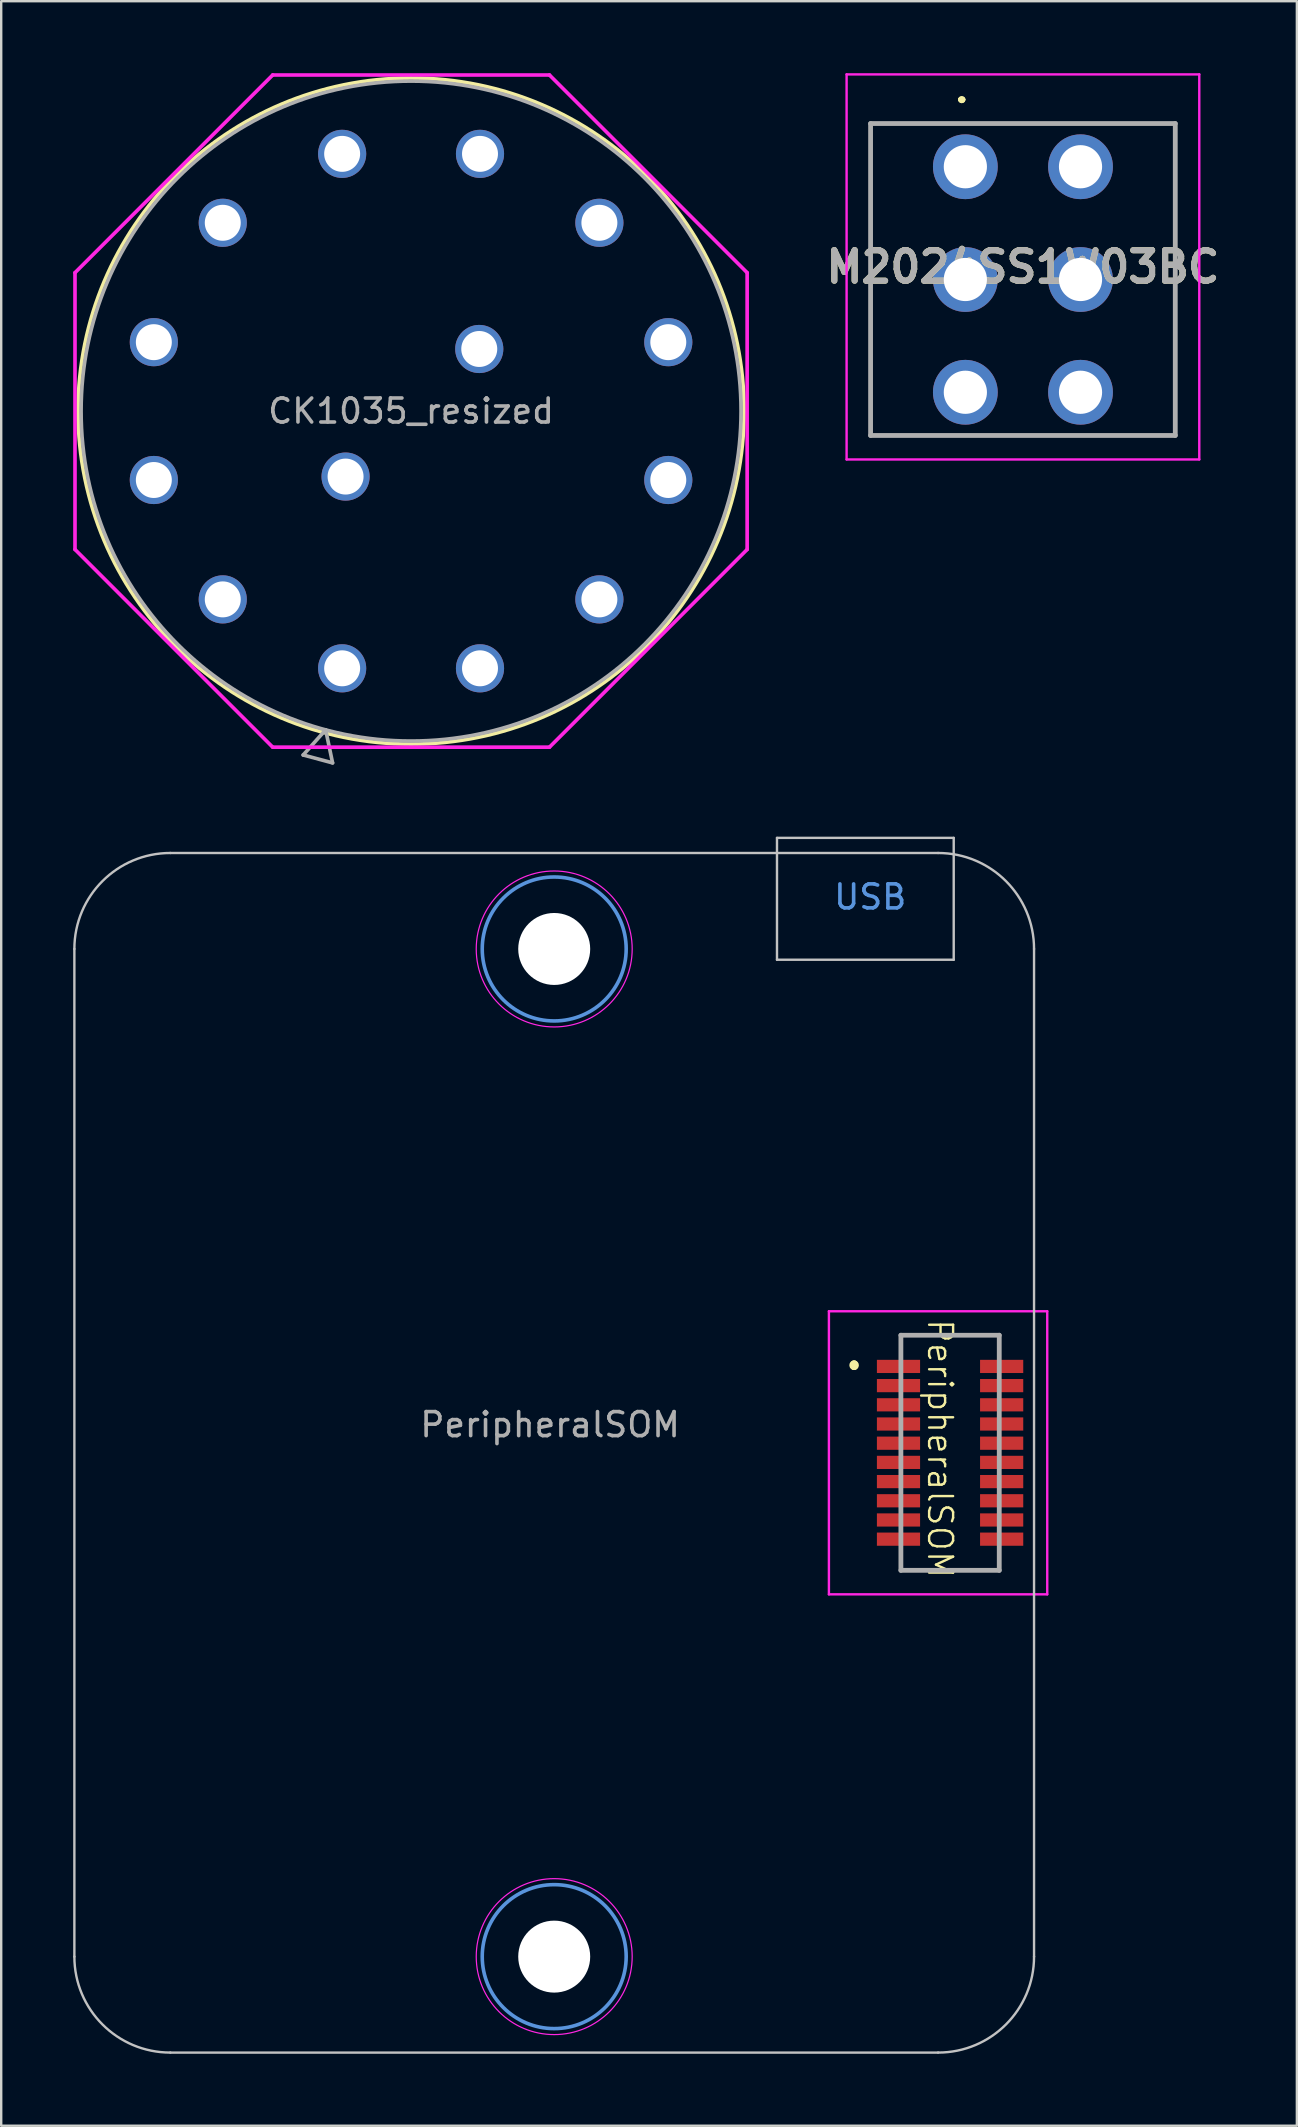
<source format=kicad_pcb>
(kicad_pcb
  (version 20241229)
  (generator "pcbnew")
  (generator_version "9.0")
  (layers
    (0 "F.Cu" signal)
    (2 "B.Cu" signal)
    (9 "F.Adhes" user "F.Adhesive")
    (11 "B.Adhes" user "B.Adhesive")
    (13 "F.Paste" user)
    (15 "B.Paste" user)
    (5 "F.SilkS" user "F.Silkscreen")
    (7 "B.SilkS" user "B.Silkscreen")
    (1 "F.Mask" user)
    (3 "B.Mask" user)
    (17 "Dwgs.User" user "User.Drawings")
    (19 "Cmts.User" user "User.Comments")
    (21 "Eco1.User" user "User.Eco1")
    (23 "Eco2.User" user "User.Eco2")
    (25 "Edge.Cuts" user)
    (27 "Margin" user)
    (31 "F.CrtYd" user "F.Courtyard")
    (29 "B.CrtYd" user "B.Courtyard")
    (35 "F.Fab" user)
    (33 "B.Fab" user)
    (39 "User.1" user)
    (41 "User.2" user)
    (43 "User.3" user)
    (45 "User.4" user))
  (footprint "PeripheralSOM"
    (layer "F.Cu")
    (at 20.05 57.332)
    (property "Reference" "PeripheralSOM" (at 16.084 0 270) (unlocked yes) (layer "F.SilkS") (effects (font (size 1 1) (thickness 0.1))))
    (fp_line (start 12.5 -3.528) (end 12.5 -3.528) (stroke (width 0.3) (type solid)) (layer "F.SilkS"))
    (fp_line (start 12.5 -3.428) (end 12.5 -3.428) (stroke (width 0.3) (type solid)) (layer "F.SilkS"))
    (fp_line (start 14.45 -4.728) (end 18.55 -4.728) (stroke (width 0.1) (type solid)) (layer "F.SilkS"))
    (fp_line (start 14.45 5.072) (end 18.55 5.072) (stroke (width 0.1) (type solid)) (layer "F.SilkS"))
    (fp_arc (start 12.5 -3.528427) (mid 12.55 -3.478427) (end 12.5 -3.428427) (stroke (width 0.3) (type solid)) (layer "F.SilkS"))
    (fp_arc (start 12.5 -3.428427) (mid 12.45 -3.478427) (end 12.5 -3.528427) (stroke (width 0.3) (type solid)) (layer "F.SilkS"))
    (fp_line (start -20 21.172) (end -20 -20.828) (stroke (width 0.1) (type default)) (layer "Dwgs.User"))
    (fp_line (start -16 -24.828) (end 16 -24.828) (stroke (width 0.1) (type default)) (layer "Dwgs.User"))
    (fp_line (start 9.286 -25.458) (end 16.652 -25.458) (stroke (width 0.1) (type default)) (layer "Dwgs.User"))
    (fp_line (start 9.286 -20.378) (end 9.286 -25.458) (stroke (width 0.1) (type default)) (layer "Dwgs.User"))
    (fp_line (start 16 25.172) (end -16 25.172) (stroke (width 0.1) (type default)) (layer "Dwgs.User"))
    (fp_line (start 16.652 -25.458) (end 16.652 -20.378) (stroke (width 0.1) (type default)) (layer "Dwgs.User"))
    (fp_line (start 16.652 -20.378) (end 9.286 -20.378) (stroke (width 0.1) (type default)) (layer "Dwgs.User"))
    (fp_line (start 20 -20.828) (end 20 21.172) (stroke (width 0.1) (type default)) (layer "Dwgs.User"))
    (fp_arc (start -20 -20.828427) (mid -18.828427 -23.656854) (end -16 -24.828427) (stroke (width 0.1) (type default)) (layer "Dwgs.User"))
    (fp_arc (start -16 25.171573) (mid -18.828427 24) (end -20 21.171573) (stroke (width 0.1) (type default)) (layer "Dwgs.User"))
    (fp_arc (start 16 -24.828427) (mid 18.828427 -23.656854) (end 20 -20.828427) (stroke (width 0.1) (type default)) (layer "Dwgs.User"))
    (fp_arc (start 20 21.171573) (mid 18.828427 24) (end 16 25.171573) (stroke (width 0.1) (type default)) (layer "Dwgs.User"))
    (fp_circle (center 0 -20.828) (end 3 -20.828) (stroke (width 0.15) (type solid)) (fill no) (layer "Cmts.User"))
    (fp_circle (center 0 21.172) (end 3 21.172) (stroke (width 0.15) (type solid)) (fill no) (layer "Cmts.User"))
    (fp_line (start 11.45 -5.728) (end 20.55 -5.728) (stroke (width 0.1) (type solid)) (layer "F.CrtYd"))
    (fp_line (start 11.45 6.072) (end 11.45 -5.728) (stroke (width 0.1) (type solid)) (layer "F.CrtYd"))
    (fp_line (start 20.55 -5.728) (end 20.55 6.072) (stroke (width 0.1) (type solid)) (layer "F.CrtYd"))
    (fp_line (start 20.55 6.072) (end 11.45 6.072) (stroke (width 0.1) (type solid)) (layer "F.CrtYd"))
    (fp_circle (center 0 -20.828) (end 3.25 -20.828) (stroke (width 0.05) (type solid)) (fill no) (layer "F.CrtYd"))
    (fp_circle (center 0 21.172) (end 3.25 21.172) (stroke (width 0.05) (type solid)) (fill no) (layer "F.CrtYd"))
    (fp_line (start 14.45 -4.728) (end 18.55 -4.728) (stroke (width 0.2) (type solid)) (layer "F.Fab"))
    (fp_line (start 14.45 5.072) (end 14.45 -4.728) (stroke (width 0.2) (type solid)) (layer "F.Fab"))
    (fp_line (start 18.55 -4.728) (end 18.55 5.072) (stroke (width 0.2) (type solid)) (layer "F.Fab"))
    (fp_line (start 18.55 5.072) (end 14.45 5.072) (stroke (width 0.2) (type solid)) (layer "F.Fab"))
    (fp_text user "USB" (at 11.572 -22.41 0) (unlocked yes) (layer "Cmts.User") (effects (font (size 1 1) (thickness 0.15)) (justify left bottom)))
    (fp_text user "${REFERENCE}" (at -0.172 -1 0) (unlocked yes) (layer "F.Fab") (effects (font (size 1 1) (thickness 0.15))))
    (pad "" np_thru_hole circle (at 0 -20.828) (size 3 3) (drill 3) (layers "*.Cu" "*.Mask"))
    (pad "" np_thru_hole circle (at 0 21.172) (size 3 3) (drill 3) (layers "*.Cu" "*.Mask"))
    (pad "1" smd rect (at 14.35 -3.428 90) (size 0.55 1.8) (layers "F.Cu" "F.Mask" "F.Paste"))
    (pad "2" smd rect (at 18.65 -3.428 90) (size 0.55 1.8) (layers "F.Cu" "F.Mask" "F.Paste"))
    (pad "3" smd rect (at 14.35 -2.628 90) (size 0.55 1.8) (layers "F.Cu" "F.Mask" "F.Paste"))
    (pad "4" smd rect (at 18.65 -2.628 90) (size 0.55 1.8) (layers "F.Cu" "F.Mask" "F.Paste"))
    (pad "5" smd rect (at 14.35 -1.828 90) (size 0.55 1.8) (layers "F.Cu" "F.Mask" "F.Paste"))
    (pad "6" smd rect (at 18.65 -1.828 90) (size 0.55 1.8) (layers "F.Cu" "F.Mask" "F.Paste"))
    (pad "7" smd rect (at 14.35 -1.028 90) (size 0.55 1.8) (layers "F.Cu" "F.Mask" "F.Paste"))
    (pad "8" smd rect (at 18.65 -1.028 90) (size 0.55 1.8) (layers "F.Cu" "F.Mask" "F.Paste"))
    (pad "9" smd rect (at 14.35 -0.228 90) (size 0.55 1.8) (layers "F.Cu" "F.Mask" "F.Paste"))
    (pad "10" smd rect (at 18.65 -0.228 90) (size 0.55 1.8) (layers "F.Cu" "F.Mask" "F.Paste"))
    (pad "11" smd rect (at 14.35 0.572 90) (size 0.55 1.8) (layers "F.Cu" "F.Mask" "F.Paste"))
    (pad "12" smd rect (at 18.65 0.572 90) (size 0.55 1.8) (layers "F.Cu" "F.Mask" "F.Paste"))
    (pad "13" smd rect (at 14.35 1.372 90) (size 0.55 1.8) (layers "F.Cu" "F.Mask" "F.Paste"))
    (pad "14" smd rect (at 18.65 1.372 90) (size 0.55 1.8) (layers "F.Cu" "F.Mask" "F.Paste"))
    (pad "15" smd rect (at 14.35 2.172 90) (size 0.55 1.8) (layers "F.Cu" "F.Mask" "F.Paste"))
    (pad "16" smd rect (at 18.65 2.172 90) (size 0.55 1.8) (layers "F.Cu" "F.Mask" "F.Paste"))
    (pad "17" smd rect (at 14.35 2.972 90) (size 0.55 1.8) (layers "F.Cu" "F.Mask" "F.Paste"))
    (pad "18" smd rect (at 18.65 2.972 90) (size 0.55 1.8) (layers "F.Cu" "F.Mask" "F.Paste"))
    (pad "19" smd rect (at 14.35 3.772 90) (size 0.55 1.8) (layers "F.Cu" "F.Mask" "F.Paste"))
    (pad "20" smd rect (at 18.65 3.772 90) (size 0.55 1.8) (layers "F.Cu" "F.Mask" "F.Paste")))
  (footprint "CK1035_resized"
    (layer "F.Cu")
    (at 11.211 24.806)
    (property "Reference" "CK1035_resized" (at 2.873 -10.722 0) (layer "F.Fab") (effects (font (size 1 1) (thickness 0.15))))
    (attr through_hole)
    (fp_circle (center 2.873 -10.722) (end 16.754 -10.722) (stroke (width 0.152) (type solid)) (fill no) (layer "F.SilkS"))
    (fp_line (start -11.135 -16.49) (end -2.895 -24.73) (stroke (width 0.152) (type solid)) (layer "F.CrtYd"))
    (fp_line (start -11.135 -4.954) (end -11.135 -16.49) (stroke (width 0.152) (type solid)) (layer "F.CrtYd"))
    (fp_line (start -2.895 -24.73) (end 8.641 -24.73) (stroke (width 0.152) (type solid)) (layer "F.CrtYd"))
    (fp_line (start -2.895 3.287) (end -11.135 -4.954) (stroke (width 0.152) (type solid)) (layer "F.CrtYd"))
    (fp_line (start 8.641 -24.73) (end 16.881 -16.49) (stroke (width 0.152) (type solid)) (layer "F.CrtYd"))
    (fp_line (start 8.641 3.287) (end -2.895 3.287) (stroke (width 0.152) (type solid)) (layer "F.CrtYd"))
    (fp_line (start 16.881 -16.49) (end 16.881 -4.954) (stroke (width 0.152) (type solid)) (layer "F.CrtYd"))
    (fp_line (start 16.881 -4.954) (end 8.641 3.287) (stroke (width 0.152) (type solid)) (layer "F.CrtYd"))
    (fp_line (start -1.625 3.613) (end -0.687 2.564) (stroke (width 0.152) (type solid)) (layer "F.Fab"))
    (fp_line (start -0.687 2.564) (end -0.399 3.942) (stroke (width 0.152) (type solid)) (layer "F.Fab"))
    (fp_line (start -0.399 3.942) (end -1.625 3.613) (stroke (width 0.152) (type solid)) (layer "F.Fab"))
    (fp_circle (center 2.873 -10.722) (end 16.627 -10.722) (stroke (width 0.152) (type solid)) (fill no) (layer "F.Fab"))
    (fp_text user "*" (at 0 0 0) (layer "F.SilkS") (effects (font (size 1 1) (thickness 0.15))))
    (fp_text user "Copyright 2016 Accelerated Designs. All rights reserved." (at 0 0 0) (layer "Cmts.User") (effects (font (size 0.127 0.127) (thickness 0.002))))
    (fp_text user "*" (at 0 0 0) (layer "F.Fab") (effects (font (size 1 1) (thickness 0.15))))
    (pad "1" thru_hole circle (at 0.000001 0) (size 2.007 2.007) (drill 1.499) (layers "*.Cu" "*.Mask"))
    (pad "2" thru_hole circle (at -4.976 -2.873 330) (size 2.007 2.007) (drill 1.499) (layers "*.Cu" "*.Mask"))
    (pad "3" thru_hole circle (at -7.849 -7.849 300) (size 2.007 2.007) (drill 1.499) (layers "*.Cu" "*.Mask"))
    (pad "4" thru_hole circle (at -7.849 -13.594 90) (size 2.007 2.007) (drill 1.499) (layers "*.Cu" "*.Mask"))
    (pad "5" thru_hole circle (at -4.976 -18.57 240) (size 2.007 2.007) (drill 1.499) (layers "*.Cu" "*.Mask"))
    (pad "6" thru_hole circle (at 0.000001 -21.443 210) (size 2.007 2.007) (drill 1.499) (layers "*.Cu" "*.Mask"))
    (pad "7" thru_hole circle (at 5.746 -21.443) (size 2.007 2.007) (drill 1.499) (layers "*.Cu" "*.Mask"))
    (pad "8" thru_hole circle (at 10.722 -18.57 150) (size 2.007 2.007) (drill 1.499) (layers "*.Cu" "*.Mask"))
    (pad "9" thru_hole circle (at 13.594 -13.594 120) (size 2.007 2.007) (drill 1.499) (layers "*.Cu" "*.Mask"))
    (pad "10" thru_hole circle (at 13.594 -7.849 90) (size 2.007 2.007) (drill 1.499) (layers "*.Cu" "*.Mask"))
    (pad "11" thru_hole circle (at 10.722 -2.873 60) (size 2.007 2.007) (drill 1.499) (layers "*.Cu" "*.Mask"))
    (pad "12" thru_hole circle (at 5.746 0 30) (size 2.007 2.007) (drill 1.499) (layers "*.Cu" "*.Mask"))
    (pad "13" thru_hole circle (at 0.143 -7.992) (size 2.007 2.007) (drill 1.499) (layers "*.Cu" "*.Mask"))
    (pad "14" thru_hole circle (at 5.715 -13.31) (size 2.007 2.007) (drill 1.499) (layers "*.Cu" "*.Mask")))
  (footprint "M2024SS1W03BC"
    (layer "F.Cu")
    (at 37.187 3.9)
    (property "Reference" "M2024SS1W03BC" (at 2.4 4.175 0) (layer "F.SilkS") (effects (font (size 1.27 1.27) (thickness 0.254))))
    (attr through_hole)
    (fp_line (start -3.95 -1.8) (end 8.75 -1.8) (stroke (width 0.1) (type solid)) (layer "F.SilkS"))
    (fp_line (start -3.95 11.2) (end -3.95 -1.8) (stroke (width 0.1) (type solid)) (layer "F.SilkS"))
    (fp_line (start -0.2 -2.8) (end -0.2 -2.8) (stroke (width 0.2) (type solid)) (layer "F.SilkS"))
    (fp_line (start -0.2 -2.8) (end -0.2 -2.8) (stroke (width 0.2) (type solid)) (layer "F.SilkS"))
    (fp_line (start -0.1 -2.8) (end -0.1 -2.8) (stroke (width 0.2) (type solid)) (layer "F.SilkS"))
    (fp_line (start 8.75 -1.8) (end 8.75 11.2) (stroke (width 0.1) (type solid)) (layer "F.SilkS"))
    (fp_line (start 8.75 11.2) (end -3.95 11.2) (stroke (width 0.1) (type solid)) (layer "F.SilkS"))
    (fp_arc (start -0.2 -2.8) (mid -0.15 -2.85) (end -0.1 -2.8) (stroke (width 0.2) (type solid)) (layer "F.SilkS"))
    (fp_arc (start -0.1 -2.8) (mid -0.15 -2.75) (end -0.2 -2.8) (stroke (width 0.2) (type solid)) (layer "F.SilkS"))
    (fp_arc (start -0.1 -2.8) (mid -0.15 -2.75) (end -0.2 -2.8) (stroke (width 0.2) (type solid)) (layer "F.SilkS"))
    (fp_line (start -4.95 -3.85) (end 9.75 -3.85) (stroke (width 0.1) (type solid)) (layer "F.CrtYd"))
    (fp_line (start -4.95 12.2) (end -4.95 -3.85) (stroke (width 0.1) (type solid)) (layer "F.CrtYd"))
    (fp_line (start 9.75 -3.85) (end 9.75 12.2) (stroke (width 0.1) (type solid)) (layer "F.CrtYd"))
    (fp_line (start 9.75 12.2) (end -4.95 12.2) (stroke (width 0.1) (type solid)) (layer "F.CrtYd"))
    (fp_line (start -3.95 -1.8) (end -3.95 11.2) (stroke (width 0.2) (type solid)) (layer "F.Fab"))
    (fp_line (start -3.95 11.2) (end 8.75 11.2) (stroke (width 0.2) (type solid)) (layer "F.Fab"))
    (fp_line (start 8.75 -1.8) (end -3.95 -1.8) (stroke (width 0.2) (type solid)) (layer "F.Fab"))
    (fp_line (start 8.75 11.2) (end 8.75 -1.8) (stroke (width 0.2) (type solid)) (layer "F.Fab"))
    (fp_text user "${REFERENCE}" (at 2.4 4.175 0) (layer "F.Fab") (effects (font (size 1.27 1.27) (thickness 0.254))))
    (pad "1" thru_hole circle (at 0 0) (size 2.7 2.7) (drill 1.8) (layers "*.Cu" "*.Mask"))
    (pad "2" thru_hole circle (at 0 4.7) (size 2.7 2.7) (drill 1.8) (layers "*.Cu" "*.Mask"))
    (pad "3" thru_hole circle (at 0 9.4) (size 2.7 2.7) (drill 1.8) (layers "*.Cu" "*.Mask"))
    (pad "4" thru_hole circle (at 4.8 0) (size 2.7 2.7) (drill 1.8) (layers "*.Cu" "*.Mask"))
    (pad "5" thru_hole circle (at 4.8 4.7) (size 2.7 2.7) (drill 1.8) (layers "*.Cu" "*.Mask"))
    (pad "6" thru_hole circle (at 4.8 9.4) (size 2.7 2.7) (drill 1.8) (layers "*.Cu" "*.Mask")))
  (gr_rect
    (start -3 -3)
    (end 51.005 85.554)
    (stroke (width 0.1) (type default))
    (fill no)
    (layer "Edge.Cuts")))
</source>
